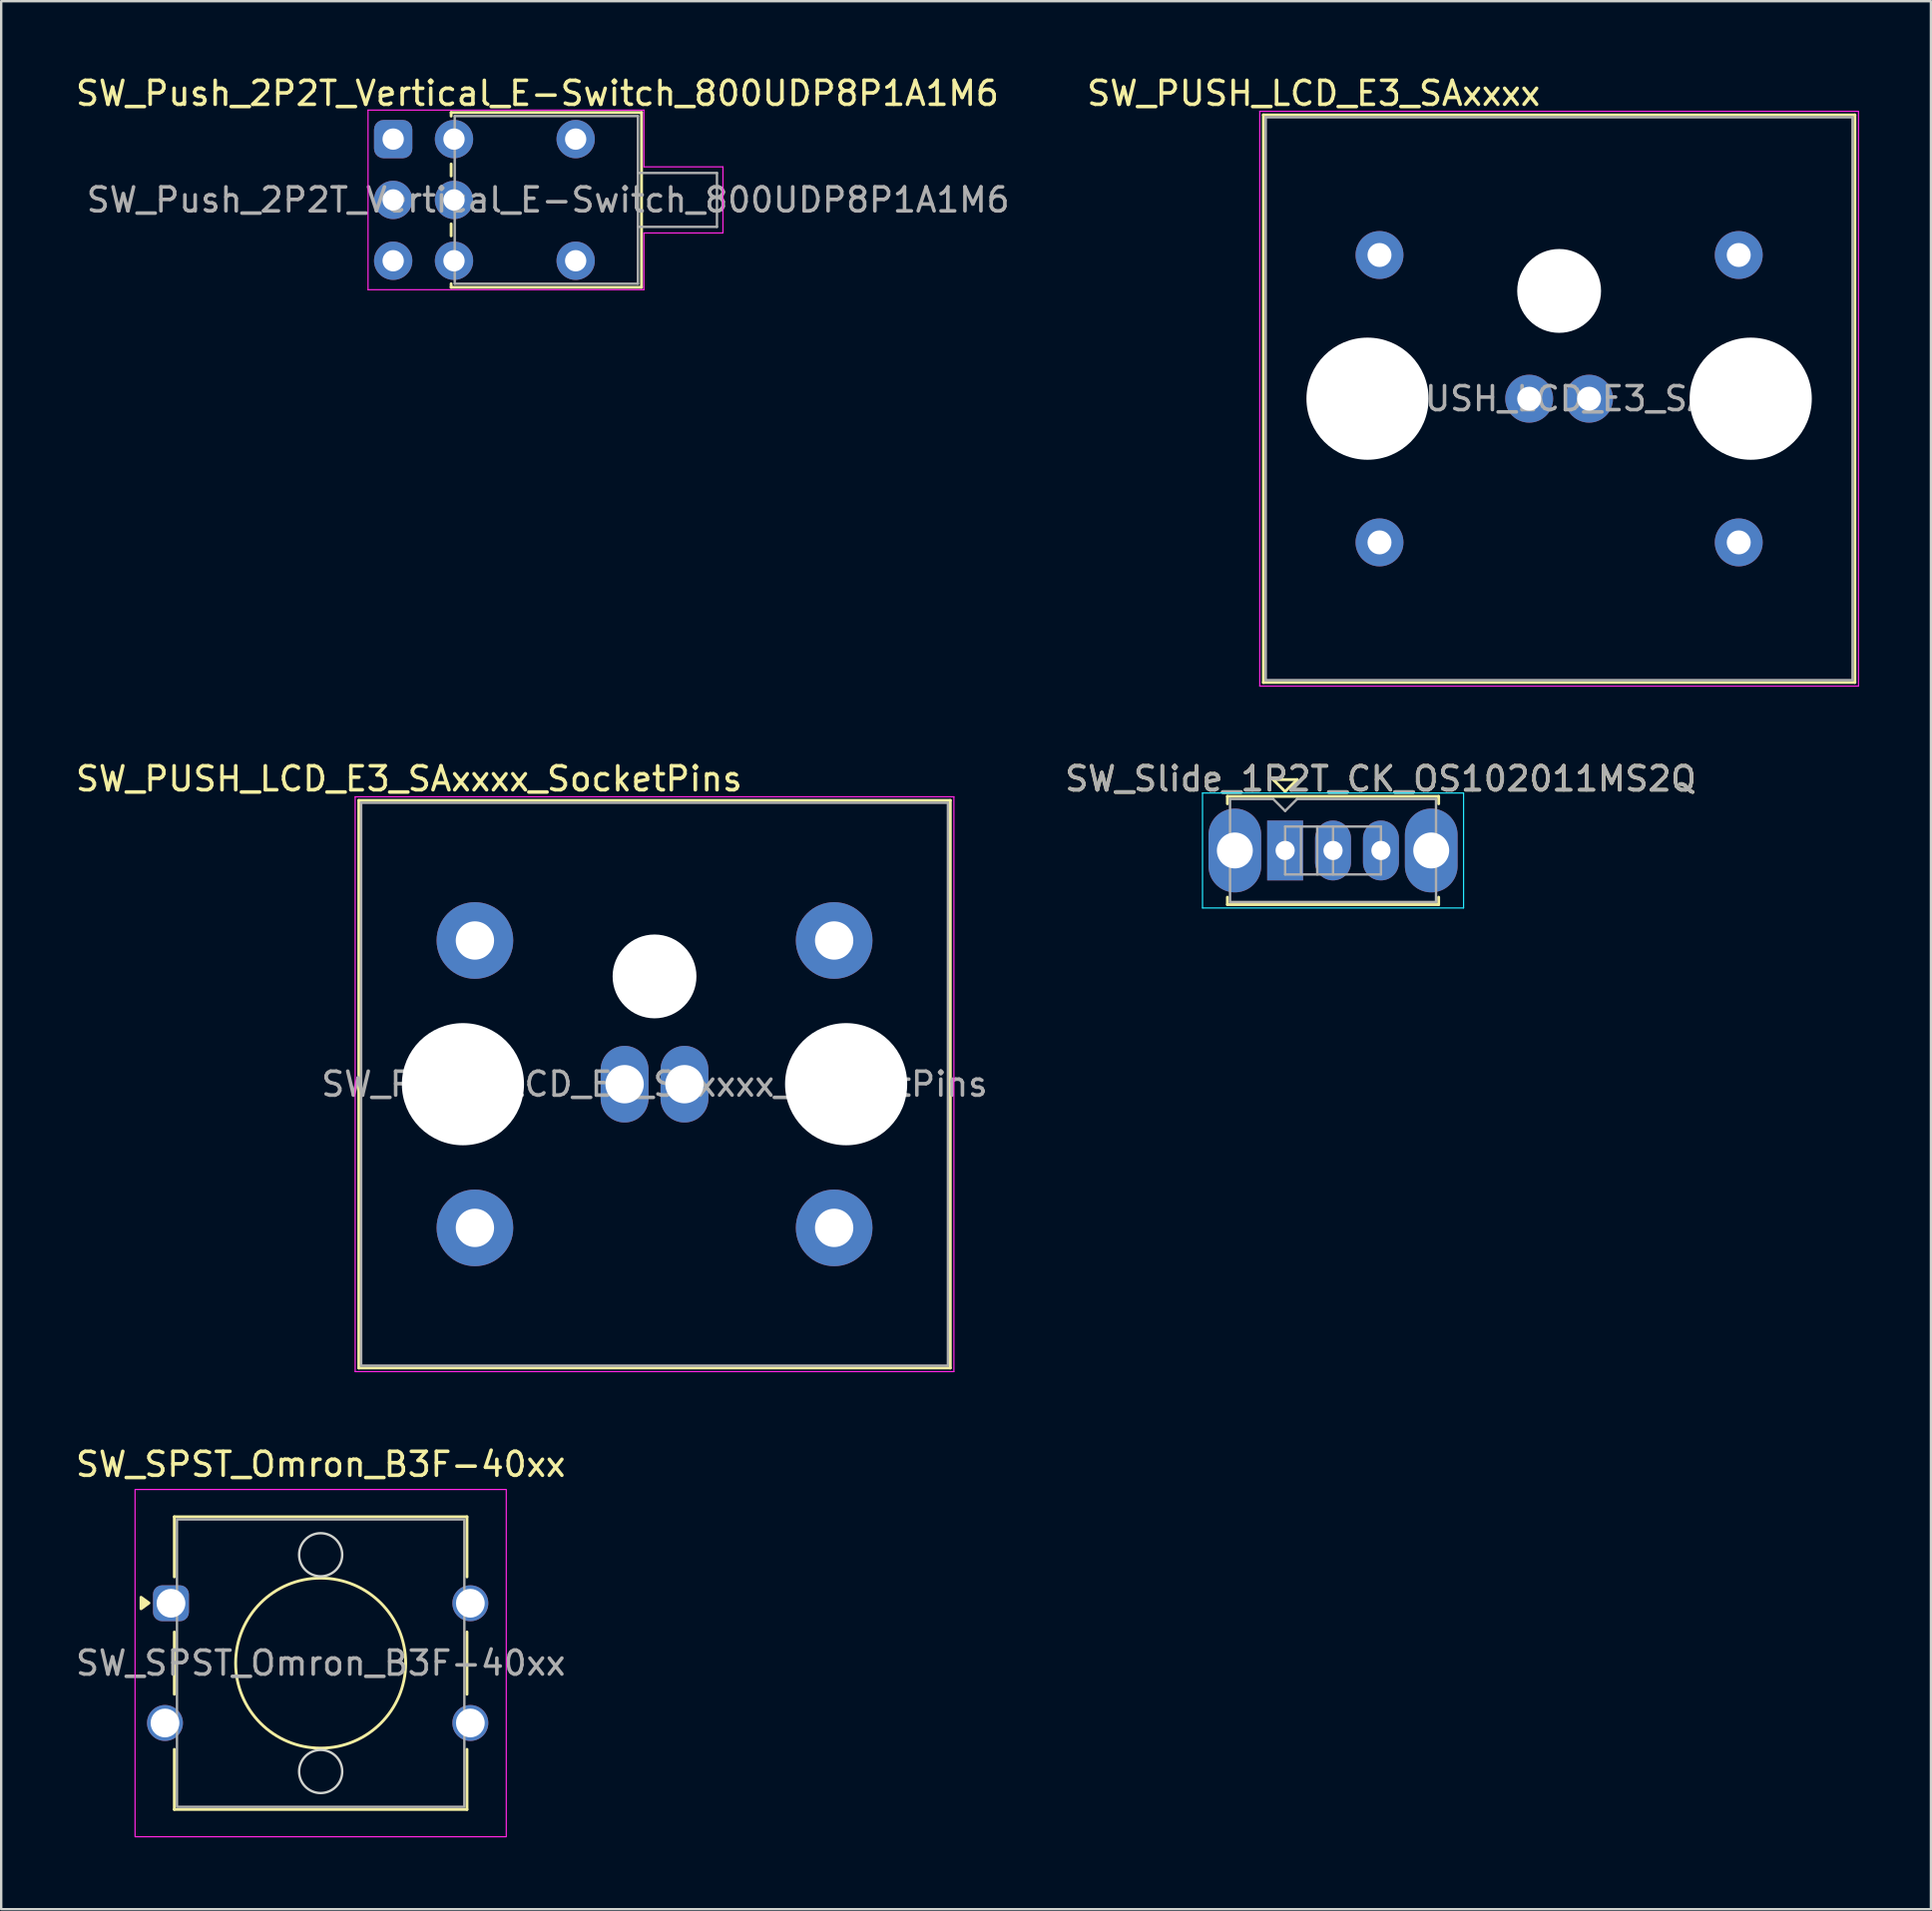
<source format=kicad_pcb>
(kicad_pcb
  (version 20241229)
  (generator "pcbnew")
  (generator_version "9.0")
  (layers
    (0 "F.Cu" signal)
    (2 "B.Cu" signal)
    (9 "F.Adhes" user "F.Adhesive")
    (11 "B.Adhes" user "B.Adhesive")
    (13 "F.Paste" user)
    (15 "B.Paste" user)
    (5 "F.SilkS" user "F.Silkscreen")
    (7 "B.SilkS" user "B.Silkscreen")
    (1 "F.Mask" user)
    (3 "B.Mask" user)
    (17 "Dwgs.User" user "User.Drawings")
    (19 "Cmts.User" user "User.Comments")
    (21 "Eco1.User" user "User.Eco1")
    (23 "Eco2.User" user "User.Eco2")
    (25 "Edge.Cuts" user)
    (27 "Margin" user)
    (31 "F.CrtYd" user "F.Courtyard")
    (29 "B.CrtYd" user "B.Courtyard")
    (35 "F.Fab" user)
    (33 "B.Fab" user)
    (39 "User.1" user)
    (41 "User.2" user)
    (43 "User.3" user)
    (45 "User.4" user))
  (footprint "SW_Push_2P2T_Vertical_E-Switch_800UDP8P1A1M6"
    (layer "F.Cu")
    (at 13.367 2.758)
    (property "Reference" "SW_Push_2P2T_Vertical_E-Switch_800UDP8P1A1M6" (at 6.02 -1.91 180) (layer "F.SilkS") (effects (font (size 1 1) (thickness 0.15))))
    (attr through_hole)
    (fp_line (start 2.42 -1.11) (end 2.42 -0.96) (stroke (width 0.12) (type solid)) (layer "F.SilkS"))
    (fp_line (start 2.42 1.54) (end 2.42 1.04) (stroke (width 0.12) (type solid)) (layer "F.SilkS"))
    (fp_line (start 2.42 4.04) (end 2.42 3.54) (stroke (width 0.12) (type solid)) (layer "F.SilkS"))
    (fp_line (start 2.42 6.19) (end 2.42 6.04) (stroke (width 0.12) (type solid)) (layer "F.SilkS"))
    (fp_line (start 2.42 6.19) (end 10.37 6.19) (stroke (width 0.12) (type solid)) (layer "F.SilkS"))
    (fp_line (start 10.37 -1.11) (end 2.42 -1.11) (stroke (width 0.12) (type solid)) (layer "F.SilkS"))
    (fp_line (start 10.37 6.19) (end 10.37 -1.11) (stroke (width 0.12) (type solid)) (layer "F.SilkS"))
    (fp_line (start -1.05 -1.21) (end 10.47 -1.21) (stroke (width 0.05) (type solid)) (layer "F.CrtYd"))
    (fp_line (start -1.05 6.29) (end -1.05 -1.21) (stroke (width 0.05) (type solid)) (layer "F.CrtYd"))
    (fp_line (start 10.47 -1.21) (end 10.47 1.16) (stroke (width 0.05) (type solid)) (layer "F.CrtYd"))
    (fp_line (start 10.47 1.16) (end 13.77 1.16) (stroke (width 0.05) (type solid)) (layer "F.CrtYd"))
    (fp_line (start 10.47 3.92) (end 10.47 6.29) (stroke (width 0.05) (type solid)) (layer "F.CrtYd"))
    (fp_line (start 10.47 6.29) (end -1.05 6.29) (stroke (width 0.05) (type solid)) (layer "F.CrtYd"))
    (fp_line (start 13.77 1.16) (end 13.77 3.92) (stroke (width 0.05) (type solid)) (layer "F.CrtYd"))
    (fp_line (start 13.77 3.92) (end 10.47 3.92) (stroke (width 0.05) (type solid)) (layer "F.CrtYd"))
    (fp_line (start 2.57 -0.96) (end 10.22 -0.96) (stroke (width 0.1) (type solid)) (layer "F.Fab"))
    (fp_line (start 2.57 6.04) (end 2.57 -0.96) (stroke (width 0.1) (type solid)) (layer "F.Fab"))
    (fp_line (start 10.22 -0.96) (end 10.22 6.04) (stroke (width 0.1) (type solid)) (layer "F.Fab"))
    (fp_line (start 10.22 6.04) (end 2.57 6.04) (stroke (width 0.1) (type solid)) (layer "F.Fab"))
    (fp_line (start 13.52 1.415) (end 10.22 1.415) (stroke (width 0.1) (type solid)) (layer "F.Fab"))
    (fp_line (start 13.52 3.665) (end 10.22 3.665) (stroke (width 0.1) (type solid)) (layer "F.Fab"))
    (fp_line (start 13.52 3.665) (end 13.52 1.415) (stroke (width 0.1) (type solid)) (layer "F.Fab"))
    (fp_text user "${REFERENCE}" (at 6.47 2.54 180) (layer "F.Fab") (effects (font (size 1 1) (thickness 0.15))))
    (pad "" thru_hole circle (at 7.62 0 180) (size 1.6 1.6) (drill 0.89) (layers "*.Cu" "*.Mask"))
    (pad "" thru_hole circle (at 7.62 5.08 180) (size 1.6 1.6) (drill 0.89) (layers "*.Cu" "*.Mask"))
    (pad "1" thru_hole roundrect (at 0 0 180) (size 1.6 1.6) (drill 0.89) (layers "*.Cu" "*.Mask") (roundrect_rratio 0.25))
    (pad "2" thru_hole circle (at 0 2.54 180) (size 1.6 1.6) (drill 0.89) (layers "*.Cu" "*.Mask"))
    (pad "3" thru_hole circle (at 0 5.08 180) (size 1.6 1.6) (drill 0.89) (layers "*.Cu" "*.Mask"))
    (pad "4" thru_hole circle (at 2.54 0 180) (size 1.6 1.6) (drill 0.89) (layers "*.Cu" "*.Mask"))
    (pad "5" thru_hole circle (at 2.54 2.54 180) (size 1.6 1.6) (drill 0.89) (layers "*.Cu" "*.Mask"))
    (pad "6" thru_hole circle (at 2.54 5.08 180) (size 1.6 1.6) (drill 0.89) (layers "*.Cu" "*.Mask")))
  (footprint "SW_SPST_Omron_B3F-40xx"
    (layer "F.Cu")
    (at 4.089 63.895)
    (property "Reference" "SW_SPST_Omron_B3F-40xx" (at 6.25 -5.8 0) (layer "F.SilkS") (effects (font (size 1 1) (thickness 0.15))))
    (attr through_hole)
    (fp_line (start 0.14 -3.61) (end 0.14 -1.1) (stroke (width 0.12) (type default)) (layer "F.SilkS"))
    (fp_line (start 0.14 -3.61) (end 12.36 -3.61) (stroke (width 0.12) (type default)) (layer "F.SilkS"))
    (fp_line (start 0.14 1.2) (end 0.14 3.8) (stroke (width 0.12) (type default)) (layer "F.SilkS"))
    (fp_line (start 0.14 6.1) (end 0.14 8.61) (stroke (width 0.12) (type default)) (layer "F.SilkS"))
    (fp_line (start 12.36 -3.61) (end 12.36 -1.1) (stroke (width 0.12) (type default)) (layer "F.SilkS"))
    (fp_line (start 12.36 1.2) (end 12.36 3.8) (stroke (width 0.12) (type default)) (layer "F.SilkS"))
    (fp_line (start 12.36 6.1) (end 12.36 8.61) (stroke (width 0.12) (type default)) (layer "F.SilkS"))
    (fp_line (start 12.36 8.61) (end 0.14 8.61) (stroke (width 0.12) (type default)) (layer "F.SilkS"))
    (fp_circle (center 6.25 2.5) (end 9.8 2.5) (stroke (width 0.12) (type default)) (fill no) (layer "F.SilkS"))
    (fp_poly (pts (xy -0.92 -0.01) (xy -1.25 0.23) (xy -1.25 -0.25) (xy -0.92 -0.01)) (stroke (width 0.12) (type solid)) (fill yes) (layer "F.SilkS"))
    (fp_circle (center 6.25 -2.025) (end 7.15 -2.025) (stroke (width 0.1) (type default)) (fill no) (layer "Edge.Cuts"))
    (fp_circle (center 6.25 7.025) (end 7.15 7.025) (stroke (width 0.1) (type default)) (fill no) (layer "Edge.Cuts"))
    (fp_rect (start -1.5 -4.75) (end 14 9.75) (stroke (width 0.05) (type default)) (fill no) (layer "F.CrtYd"))
    (fp_rect (start 0.25 -3.5) (end 12.25 8.5) (stroke (width 0.1) (type default)) (fill no) (layer "F.Fab"))
    (fp_text user "${REFERENCE}" (at 6.25 2.5 0) (layer "F.Fab") (effects (font (size 1 1) (thickness 0.15))))
    (pad "1" thru_hole roundrect (at 0 0) (size 1.5 1.5) (drill 1.2) (layers "*.Cu" "*.Mask") (roundrect_rratio 0.25))
    (pad "1" thru_hole circle (at 12.5 0) (size 1.5 1.5) (drill 1.2) (layers "*.Cu" "*.Mask"))
    (pad "2" thru_hole circle (at -0.25 5) (size 1.5 1.5) (drill 1.2) (layers "*.Cu" "*.Mask"))
    (pad "2" thru_hole circle (at 12.5 5) (size 1.5 1.5) (drill 1.2) (layers "*.Cu" "*.Mask")))
  (footprint "SW_PUSH_LCD_E3_SAxxxx"
    (layer "F.Cu")
    (at 69.551 7.598)
    (property "Reference" "SW_PUSH_LCD_E3_SAxxxx" (at -17.75 -6.75 0) (layer "F.SilkS") (effects (font (size 1 1) (thickness 0.15))))
    (attr through_hole)
    (fp_line (start -19.85 -5.85) (end -19.85 17.85) (stroke (width 0.12) (type solid)) (layer "F.SilkS"))
    (fp_line (start -19.85 17.85) (end 4.85 17.85) (stroke (width 0.12) (type solid)) (layer "F.SilkS"))
    (fp_line (start 4.85 -5.85) (end -19.85 -5.85) (stroke (width 0.12) (type solid)) (layer "F.SilkS"))
    (fp_line (start 4.85 17.85) (end 4.85 -5.85) (stroke (width 0.12) (type solid)) (layer "F.SilkS"))
    (fp_line (start -20 -6) (end -20 18) (stroke (width 0.05) (type solid)) (layer "F.CrtYd"))
    (fp_line (start -20 18) (end 5 18) (stroke (width 0.05) (type solid)) (layer "F.CrtYd"))
    (fp_line (start 5 -6) (end -20 -6) (stroke (width 0.05) (type solid)) (layer "F.CrtYd"))
    (fp_line (start 5 18) (end 5 -6) (stroke (width 0.05) (type solid)) (layer "F.CrtYd"))
    (fp_line (start -19.75 -5.75) (end -19.75 17.75) (stroke (width 0.1) (type solid)) (layer "F.Fab"))
    (fp_line (start -19.75 17.75) (end 4.75 17.75) (stroke (width 0.1) (type solid)) (layer "F.Fab"))
    (fp_line (start 4.75 -5.75) (end -19.75 -5.75) (stroke (width 0.1) (type solid)) (layer "F.Fab"))
    (fp_line (start 4.75 -5.75) (end 4.75 17.75) (stroke (width 0.1) (type solid)) (layer "F.Fab"))
    (fp_text user "${REFERENCE}" (at -7.5 6 0) (layer "F.Fab") (effects (font (size 1 1) (thickness 0.15))))
    (pad "" np_thru_hole circle (at -15.5 6) (size 5.1 5.1) (drill 5.1) (layers "*.Cu" "*.Mask"))
    (pad "" np_thru_hole circle (at -7.5 1.5) (size 3.5 3.5) (drill 3.5) (layers "*.Cu" "*.Mask"))
    (pad "" np_thru_hole circle (at 0.5 6) (size 5.1 5.1) (drill 5.1) (layers "*.Cu" "*.Mask"))
    (pad "1" thru_hole circle (at 0 0) (size 2 2) (drill 1) (layers "*.Cu" "*.Mask"))
    (pad "2" thru_hole circle (at 0 12) (size 2 2) (drill 1) (layers "*.Cu" "*.Mask"))
    (pad "3" thru_hole circle (at -15 0) (size 2 2) (drill 1) (layers "*.Cu" "*.Mask"))
    (pad "4" thru_hole circle (at -15 12) (size 2 2) (drill 1) (layers "*.Cu" "*.Mask"))
    (pad "5" thru_hole circle (at -8.75 6) (size 2 2) (drill 1) (layers "*.Cu" "*.Mask"))
    (pad "6" thru_hole circle (at -6.25 6) (size 2 2) (drill 1) (layers "*.Cu" "*.Mask")))
  (footprint "SW_Slide_1P2T_CK_OS102011MS2Q"
    (layer "F.Cu")
    (at 50.611 32.462)
    (property "Reference" "SW_Slide_1P2T_CK_OS102011MS2Q" (at 3.99 -2.99 0) (layer "F.SilkS") (effects (font (size 1 1) (thickness 0.15))))
    (attr through_hole)
    (fp_line (start -2.41 -2.26) (end 6.41 -2.26) (stroke (width 0.12) (type solid)) (layer "F.SilkS"))
    (fp_line (start -2.41 -1.95) (end -2.41 -2.26) (stroke (width 0.12) (type solid)) (layer "F.SilkS"))
    (fp_line (start -2.41 2.26) (end -2.41 1.95) (stroke (width 0.12) (type solid)) (layer "F.SilkS"))
    (fp_line (start -0.5 -2.96) (end 0 -2.46) (stroke (width 0.12) (type solid)) (layer "F.SilkS"))
    (fp_line (start 0 -2.46) (end 0.5 -2.96) (stroke (width 0.12) (type solid)) (layer "F.SilkS"))
    (fp_line (start 0.5 -2.96) (end -0.5 -2.96) (stroke (width 0.12) (type solid)) (layer "F.SilkS"))
    (fp_line (start 6.41 -2.26) (end 6.41 -1.95) (stroke (width 0.12) (type solid)) (layer "F.SilkS"))
    (fp_line (start 6.41 2.26) (end -2.41 2.26) (stroke (width 0.12) (type solid)) (layer "F.SilkS"))
    (fp_line (start 6.41 2.26) (end 6.41 1.95) (stroke (width 0.12) (type solid)) (layer "F.SilkS"))
    (fp_line (start -3.45 -2.4) (end 7.45 -2.4) (stroke (width 0.05) (type solid)) (layer "B.CrtYd"))
    (fp_line (start -3.45 2.4) (end -3.45 -2.4) (stroke (width 0.05) (type solid)) (layer "B.CrtYd"))
    (fp_line (start 7.45 -2.4) (end 7.45 2.4) (stroke (width 0.05) (type solid)) (layer "B.CrtYd"))
    (fp_line (start 7.45 2.4) (end -3.45 2.4) (stroke (width 0.05) (type solid)) (layer "B.CrtYd"))
    (fp_line (start -2.3 -2.15) (end -0.5 -2.15) (stroke (width 0.1) (type solid)) (layer "F.Fab"))
    (fp_line (start -2.3 2.15) (end -2.3 -2.15) (stroke (width 0.1) (type solid)) (layer "F.Fab"))
    (fp_line (start -0.5 -2.15) (end 0 -1.65) (stroke (width 0.1) (type solid)) (layer "F.Fab"))
    (fp_line (start 0 -1.65) (end 0.5 -2.15) (stroke (width 0.1) (type solid)) (layer "F.Fab"))
    (fp_line (start 0 -1) (end 0 1) (stroke (width 0.1) (type solid)) (layer "F.Fab"))
    (fp_line (start 0 -1) (end 4 -1) (stroke (width 0.1) (type solid)) (layer "F.Fab"))
    (fp_line (start 0 1) (end 4 1) (stroke (width 0.1) (type solid)) (layer "F.Fab"))
    (fp_line (start 0.5 -2.15) (end 6.3 -2.15) (stroke (width 0.1) (type solid)) (layer "F.Fab"))
    (fp_line (start 0.66 -1) (end 0.66 1) (stroke (width 0.1) (type solid)) (layer "F.Fab"))
    (fp_line (start 1.34 -1) (end 1.34 1) (stroke (width 0.1) (type solid)) (layer "F.Fab"))
    (fp_line (start 2 -1) (end 2 1) (stroke (width 0.1) (type solid)) (layer "F.Fab"))
    (fp_line (start 4 -1) (end 4 1) (stroke (width 0.1) (type solid)) (layer "F.Fab"))
    (fp_line (start 6.3 -2.15) (end 6.3 2.15) (stroke (width 0.1) (type solid)) (layer "F.Fab"))
    (fp_line (start 6.3 2.15) (end -2.3 2.15) (stroke (width 0.1) (type solid)) (layer "F.Fab"))
    (fp_text user "${REFERENCE}" (at 3.99 -2.99 0) (layer "F.Fab") (effects (font (size 1 1) (thickness 0.15))))
    (pad "" thru_hole oval (at -2.1 0) (size 2.2 3.5) (drill 1.5) (layers "*.Cu" "*.Mask"))
    (pad "" thru_hole oval (at 6.1 0) (size 2.2 3.5) (drill 1.5) (layers "*.Cu" "*.Mask"))
    (pad "1" thru_hole rect (at 0 0) (size 1.5 2.5) (drill 0.8) (layers "*.Cu" "*.Mask"))
    (pad "2" thru_hole oval (at 2 0) (size 1.5 2.5) (drill 0.8) (layers "*.Cu" "*.Mask"))
    (pad "3" thru_hole oval (at 4 0) (size 1.5 2.5) (drill 0.8) (layers "*.Cu" "*.Mask")))
  (footprint "SW_PUSH_LCD_E3_SAxxxx_SocketPins"
    (layer "F.Cu")
    (at 31.78 36.221)
    (property "Reference" "SW_PUSH_LCD_E3_SAxxxx_SocketPins" (at -17.75 -6.75 0) (layer "F.SilkS") (effects (font (size 1 1) (thickness 0.15))))
    (attr through_hole)
    (fp_line (start -19.85 -5.85) (end -19.85 17.85) (stroke (width 0.12) (type solid)) (layer "F.SilkS"))
    (fp_line (start -19.85 17.85) (end 4.85 17.85) (stroke (width 0.12) (type solid)) (layer "F.SilkS"))
    (fp_line (start 4.85 -5.85) (end -19.85 -5.85) (stroke (width 0.12) (type solid)) (layer "F.SilkS"))
    (fp_line (start 4.85 17.85) (end 4.85 -5.85) (stroke (width 0.12) (type solid)) (layer "F.SilkS"))
    (fp_line (start -20 -6) (end -20 18) (stroke (width 0.05) (type solid)) (layer "F.CrtYd"))
    (fp_line (start -20 18) (end 5 18) (stroke (width 0.05) (type solid)) (layer "F.CrtYd"))
    (fp_line (start 5 -6) (end -20 -6) (stroke (width 0.05) (type solid)) (layer "F.CrtYd"))
    (fp_line (start 5 18) (end 5 -6) (stroke (width 0.05) (type solid)) (layer "F.CrtYd"))
    (fp_line (start -19.75 -5.75) (end -19.75 17.75) (stroke (width 0.1) (type solid)) (layer "F.Fab"))
    (fp_line (start -19.75 17.75) (end 4.75 17.75) (stroke (width 0.1) (type solid)) (layer "F.Fab"))
    (fp_line (start 4.75 -5.75) (end -19.75 -5.75) (stroke (width 0.1) (type solid)) (layer "F.Fab"))
    (fp_line (start 4.75 -5.75) (end 4.75 17.75) (stroke (width 0.1) (type solid)) (layer "F.Fab"))
    (fp_text user "${REFERENCE}" (at -7.5 6 0) (layer "F.Fab") (effects (font (size 1 1) (thickness 0.15))))
    (pad "" np_thru_hole circle (at -15.5 6) (size 5.1 5.1) (drill 5.1) (layers "*.Cu" "*.Mask"))
    (pad "" np_thru_hole circle (at -7.5 1.5) (size 3.5 3.5) (drill 3.5) (layers "*.Cu" "*.Mask"))
    (pad "" np_thru_hole circle (at 0.5 6) (size 5.1 5.1) (drill 5.1) (layers "*.Cu" "*.Mask"))
    (pad "1" thru_hole circle (at 0 0) (size 3.2 3.2) (drill 1.6) (layers "*.Cu" "*.Mask"))
    (pad "2" thru_hole circle (at 0 12) (size 3.2 3.2) (drill 1.6) (layers "*.Cu" "*.Mask"))
    (pad "3" thru_hole circle (at -15 0) (size 3.2 3.2) (drill 1.6) (layers "*.Cu" "*.Mask"))
    (pad "4" thru_hole circle (at -15 12) (size 3.2 3.2) (drill 1.6) (layers "*.Cu" "*.Mask"))
    (pad "5" thru_hole oval (at -8.75 6) (size 2 3.2) (drill 1.6) (layers "*.Cu" "*.Mask"))
    (pad "6" thru_hole oval (at -6.25 6) (size 2 3.2) (drill 1.6) (layers "*.Cu" "*.Mask")))
  (gr_rect
    (start -3 -3)
    (end 77.576 76.67)
    (stroke (width 0.1) (type default))
    (fill no)
    (layer "Edge.Cuts")))
</source>
